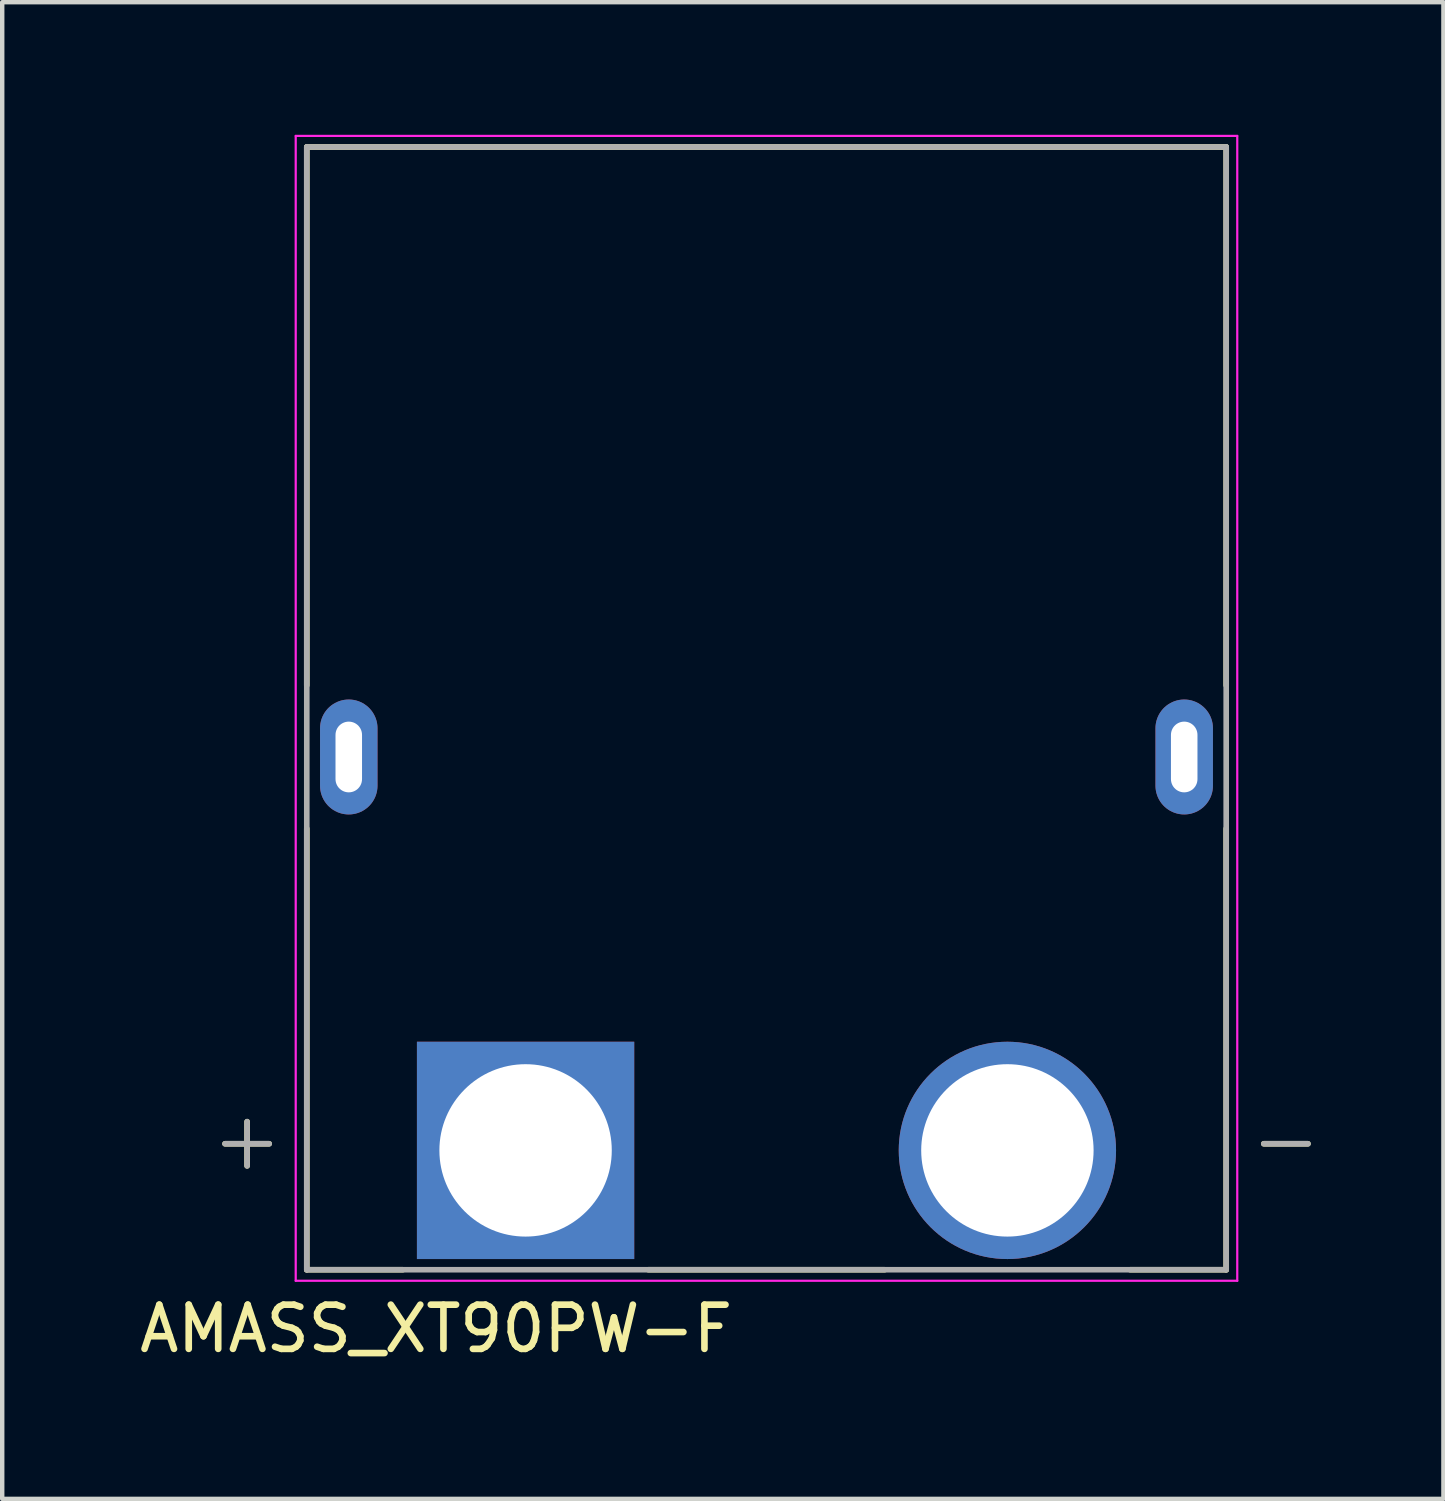
<source format=kicad_pcb>
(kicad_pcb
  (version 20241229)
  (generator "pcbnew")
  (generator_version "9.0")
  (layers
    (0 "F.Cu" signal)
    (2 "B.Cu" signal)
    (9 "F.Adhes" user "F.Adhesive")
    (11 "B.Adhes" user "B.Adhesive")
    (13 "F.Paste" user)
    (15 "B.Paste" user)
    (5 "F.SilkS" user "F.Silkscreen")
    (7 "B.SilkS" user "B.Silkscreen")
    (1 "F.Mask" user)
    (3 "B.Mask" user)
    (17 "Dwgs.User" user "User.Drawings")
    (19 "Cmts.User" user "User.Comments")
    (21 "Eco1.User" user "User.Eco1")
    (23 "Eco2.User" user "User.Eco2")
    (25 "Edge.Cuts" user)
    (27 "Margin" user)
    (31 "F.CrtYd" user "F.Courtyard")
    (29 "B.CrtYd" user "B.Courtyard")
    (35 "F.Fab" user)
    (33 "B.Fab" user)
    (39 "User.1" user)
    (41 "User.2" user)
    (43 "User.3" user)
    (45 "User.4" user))
  (footprint "AMASS_XT90PW-F"
    (layer "F.Cu")
    (at 14.29 14.075)
    (property "Reference" "AMASS_XT90PW-F" (at -7.475 12.935 0) (layer "F.SilkS") (effects (font (size 1 1) (thickness 0.15))))
    (attr through_hole)
    (fp_line (start -11.75 8.25) (end -11.75 9.25) (stroke (width 0.127) (type solid)) (layer "F.SilkS"))
    (fp_line (start -11.25 8.75) (end -12.25 8.75) (stroke (width 0.127) (type solid)) (layer "F.SilkS"))
    (fp_line (start -10.4 -13.8) (end 10.4 -13.8) (stroke (width 0.127) (type solid)) (layer "F.SilkS"))
    (fp_line (start -10.4 -1.62) (end -10.4 -13.8) (stroke (width 0.127) (type solid)) (layer "F.SilkS"))
    (fp_line (start -10.4 11.6) (end -10.4 1.62) (stroke (width 0.127) (type solid)) (layer "F.SilkS"))
    (fp_line (start -8.228 11.6) (end -10.4 11.6) (stroke (width 0.127) (type solid)) (layer "F.SilkS"))
    (fp_line (start -2.672 11.6) (end 2.672 11.6) (stroke (width 0.127) (type solid)) (layer "F.SilkS"))
    (fp_line (start 10.4 -13.8) (end 10.4 -1.62) (stroke (width 0.127) (type solid)) (layer "F.SilkS"))
    (fp_line (start 10.4 11.6) (end 8.228 11.6) (stroke (width 0.127) (type solid)) (layer "F.SilkS"))
    (fp_line (start 10.4 11.6) (end 10.4 1.62) (stroke (width 0.127) (type solid)) (layer "F.SilkS"))
    (fp_line (start 11.25 8.75) (end 12.25 8.75) (stroke (width 0.127) (type solid)) (layer "F.SilkS"))
    (fp_line (start -10.65 -14.05) (end -10.65 11.85) (stroke (width 0.05) (type solid)) (layer "F.CrtYd"))
    (fp_line (start -10.65 11.85) (end 10.65 11.85) (stroke (width 0.05) (type solid)) (layer "F.CrtYd"))
    (fp_line (start 10.65 -14.05) (end -10.65 -14.05) (stroke (width 0.05) (type solid)) (layer "F.CrtYd"))
    (fp_line (start 10.65 11.85) (end 10.65 -14.05) (stroke (width 0.05) (type solid)) (layer "F.CrtYd"))
    (fp_line (start -12.25 8.75) (end -11.25 8.75) (stroke (width 0.127) (type solid)) (layer "F.Fab"))
    (fp_line (start -11.75 8.25) (end -11.75 9.25) (stroke (width 0.127) (type solid)) (layer "F.Fab"))
    (fp_line (start -10.4 -13.8) (end 10.4 -13.8) (stroke (width 0.127) (type solid)) (layer "F.Fab"))
    (fp_line (start -10.4 11.6) (end -10.4 -13.8) (stroke (width 0.127) (type solid)) (layer "F.Fab"))
    (fp_line (start 10.4 -13.8) (end 10.4 11.6) (stroke (width 0.127) (type solid)) (layer "F.Fab"))
    (fp_line (start 10.4 11.6) (end -10.4 11.6) (stroke (width 0.127) (type solid)) (layer "F.Fab"))
    (fp_line (start 11.25 8.75) (end 12.25 8.75) (stroke (width 0.127) (type solid)) (layer "F.Fab"))
    (pad "N" thru_hole circle (at 5.45 8.9) (size 4.916 4.916) (drill 3.9) (layers "*.Cu" "*.Mask"))
    (pad "P" thru_hole rect (at -5.45 8.9) (size 4.916 4.916) (drill 3.9) (layers "*.Cu" "*.Mask"))
    (pad "S1" thru_hole oval (at -9.45 0) (size 1.3 2.6) (drill oval 0.6 1.6) (layers "*.Cu" "*.Mask"))
    (pad "S2" thru_hole oval (at 9.45 0) (size 1.3 2.6) (drill oval 0.6 1.6) (layers "*.Cu" "*.Mask")))
  (gr_rect
    (start -3 -3)
    (end 29.604 30.858)
    (stroke (width 0.1) (type default))
    (fill no)
    (layer "Edge.Cuts")))
</source>
